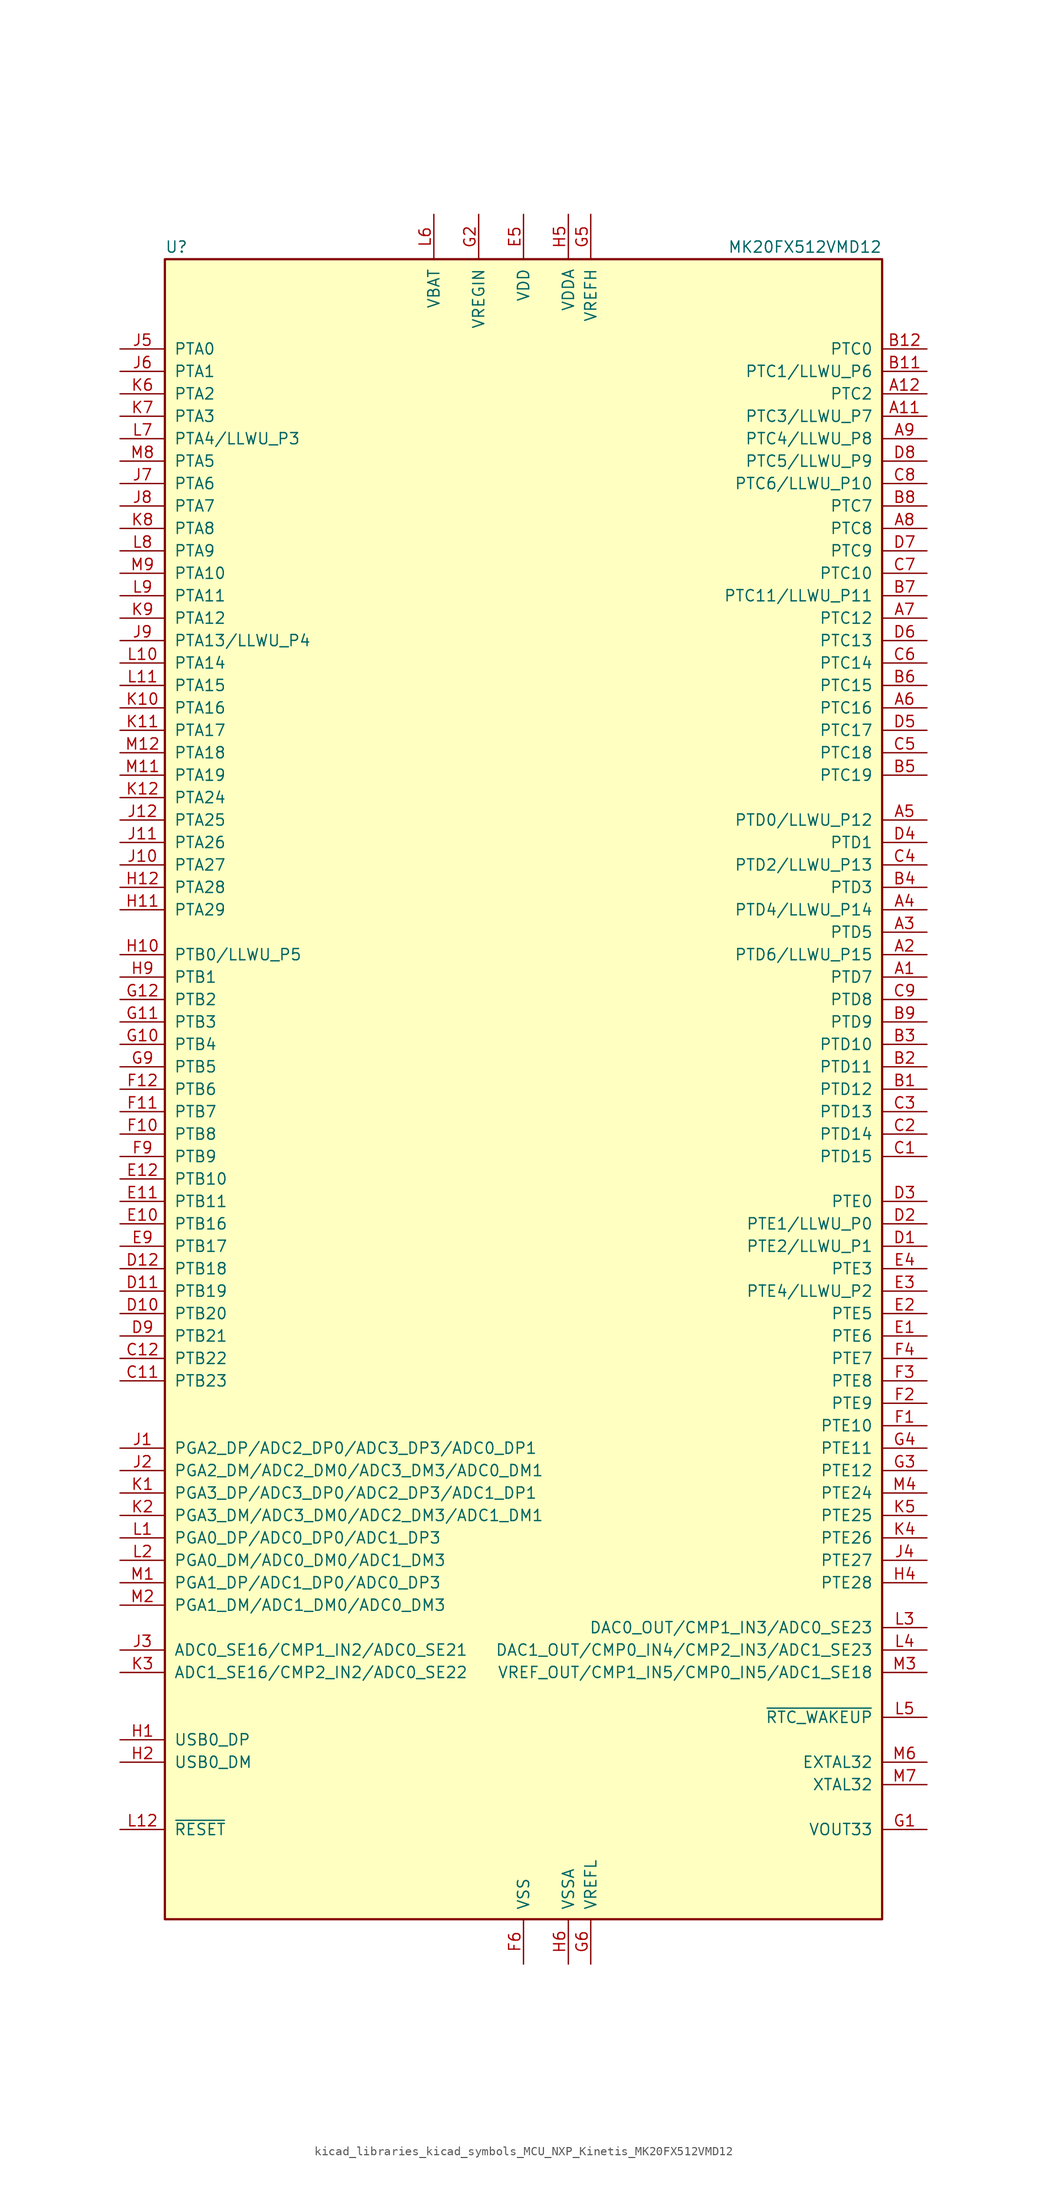
<source format=kicad_sym>
(kicad_symbol_lib
  (version 20220914)
  (generator kicad_symbol_editor)
  (symbol "kicad_libraries_kicad_symbols_MCU_NXP_Kinetis_MK20FX512VMD12"
    (pin_names
      (offset 1.016))
    (property "Reference" "U"
      (at -40.64 94.615 0)
      (effects (font (size 1.27 1.27)) (justify left bottom)))
    (property "Value" "MK20FX512VMD12"
      (at 40.64 94.615 0)
      (effects (font (size 1.27 1.27)) (justify right bottom)))
    (symbol "kicad_libraries_kicad_symbols_MCU_NXP_Kinetis_MK20FX512VMD12_0_1"
      (rectangle (start -40.64 93.98) (end 40.64 -93.98) (stroke (width 0.254) (type default)) (fill (type background))))
    (symbol "kicad_libraries_kicad_symbols_MCU_NXP_Kinetis_MK20FX512VMD12_1_1"
      (pin bidirectional line (at 45.72 12.7 180) (length 5.08) (name "PTD7" (effects (font (size 1.27 1.27)))) (number "A1" (effects (font (size 1.27 1.27)))))
      (pin no_connect line (at -12.7 -93.98 90) (length 5.08) hide (name "NC" (effects (font (size 1.27 1.27)))) (number "A10" (effects (font (size 1.27 1.27)))))
      (pin bidirectional line (at 45.72 76.2 180) (length 5.08) (name "PTC3/LLWU_P7" (effects (font (size 1.27 1.27)))) (number "A11" (effects (font (size 1.27 1.27)))))
      (pin bidirectional line (at 45.72 78.74 180) (length 5.08) (name "PTC2" (effects (font (size 1.27 1.27)))) (number "A12" (effects (font (size 1.27 1.27)))))
      (pin bidirectional line (at 45.72 15.24 180) (length 5.08) (name "PTD6/LLWU_P15" (effects (font (size 1.27 1.27)))) (number "A2" (effects (font (size 1.27 1.27)))))
      (pin bidirectional line (at 45.72 17.78 180) (length 5.08) (name "PTD5" (effects (font (size 1.27 1.27)))) (number "A3" (effects (font (size 1.27 1.27)))))
      (pin bidirectional line (at 45.72 20.32 180) (length 5.08) (name "PTD4/LLWU_P14" (effects (font (size 1.27 1.27)))) (number "A4" (effects (font (size 1.27 1.27)))))
      (pin bidirectional line (at 45.72 30.48 180) (length 5.08) (name "PTD0/LLWU_P12" (effects (font (size 1.27 1.27)))) (number "A5" (effects (font (size 1.27 1.27)))))
      (pin bidirectional line (at 45.72 43.18 180) (length 5.08) (name "PTC16" (effects (font (size 1.27 1.27)))) (number "A6" (effects (font (size 1.27 1.27)))))
      (pin bidirectional line (at 45.72 53.34 180) (length 5.08) (name "PTC12" (effects (font (size 1.27 1.27)))) (number "A7" (effects (font (size 1.27 1.27)))))
      (pin bidirectional line (at 45.72 63.5 180) (length 5.08) (name "PTC8" (effects (font (size 1.27 1.27)))) (number "A8" (effects (font (size 1.27 1.27)))))
      (pin bidirectional line (at 45.72 73.66 180) (length 5.08) (name "PTC4/LLWU_P8" (effects (font (size 1.27 1.27)))) (number "A9" (effects (font (size 1.27 1.27)))))
      (pin bidirectional line (at 45.72 0 180) (length 5.08) (name "PTD12" (effects (font (size 1.27 1.27)))) (number "B1" (effects (font (size 1.27 1.27)))))
      (pin no_connect line (at -10.16 -93.98 90) (length 5.08) hide (name "NC" (effects (font (size 1.27 1.27)))) (number "B10" (effects (font (size 1.27 1.27)))))
      (pin bidirectional line (at 45.72 81.28 180) (length 5.08) (name "PTC1/LLWU_P6" (effects (font (size 1.27 1.27)))) (number "B11" (effects (font (size 1.27 1.27)))))
      (pin bidirectional line (at 45.72 83.82 180) (length 5.08) (name "PTC0" (effects (font (size 1.27 1.27)))) (number "B12" (effects (font (size 1.27 1.27)))))
      (pin bidirectional line (at 45.72 2.54 180) (length 5.08) (name "PTD11" (effects (font (size 1.27 1.27)))) (number "B2" (effects (font (size 1.27 1.27)))))
      (pin bidirectional line (at 45.72 5.08 180) (length 5.08) (name "PTD10" (effects (font (size 1.27 1.27)))) (number "B3" (effects (font (size 1.27 1.27)))))
      (pin bidirectional line (at 45.72 22.86 180) (length 5.08) (name "PTD3" (effects (font (size 1.27 1.27)))) (number "B4" (effects (font (size 1.27 1.27)))))
      (pin bidirectional line (at 45.72 35.56 180) (length 5.08) (name "PTC19" (effects (font (size 1.27 1.27)))) (number "B5" (effects (font (size 1.27 1.27)))))
      (pin bidirectional line (at 45.72 45.72 180) (length 5.08) (name "PTC15" (effects (font (size 1.27 1.27)))) (number "B6" (effects (font (size 1.27 1.27)))))
      (pin bidirectional line (at 45.72 55.88 180) (length 5.08) (name "PTC11/LLWU_P11" (effects (font (size 1.27 1.27)))) (number "B7" (effects (font (size 1.27 1.27)))))
      (pin bidirectional line (at 45.72 66.04 180) (length 5.08) (name "PTC7" (effects (font (size 1.27 1.27)))) (number "B8" (effects (font (size 1.27 1.27)))))
      (pin bidirectional line (at 45.72 7.62 180) (length 5.08) (name "PTD9" (effects (font (size 1.27 1.27)))) (number "B9" (effects (font (size 1.27 1.27)))))
      (pin bidirectional line (at 45.72 -7.62 180) (length 5.08) (name "PTD15" (effects (font (size 1.27 1.27)))) (number "C1" (effects (font (size 1.27 1.27)))))
      (pin no_connect line (at -7.62 -93.98 90) (length 5.08) hide (name "NC" (effects (font (size 1.27 1.27)))) (number "C10" (effects (font (size 1.27 1.27)))))
      (pin bidirectional line (at -45.72 -33.02 0) (length 5.08) (name "PTB23" (effects (font (size 1.27 1.27)))) (number "C11" (effects (font (size 1.27 1.27)))))
      (pin bidirectional line (at -45.72 -30.48 0) (length 5.08) (name "PTB22" (effects (font (size 1.27 1.27)))) (number "C12" (effects (font (size 1.27 1.27)))))
      (pin bidirectional line (at 45.72 -5.08 180) (length 5.08) (name "PTD14" (effects (font (size 1.27 1.27)))) (number "C2" (effects (font (size 1.27 1.27)))))
      (pin bidirectional line (at 45.72 -2.54 180) (length 5.08) (name "PTD13" (effects (font (size 1.27 1.27)))) (number "C3" (effects (font (size 1.27 1.27)))))
      (pin bidirectional line (at 45.72 25.4 180) (length 5.08) (name "PTD2/LLWU_P13" (effects (font (size 1.27 1.27)))) (number "C4" (effects (font (size 1.27 1.27)))))
      (pin bidirectional line (at 45.72 38.1 180) (length 5.08) (name "PTC18" (effects (font (size 1.27 1.27)))) (number "C5" (effects (font (size 1.27 1.27)))))
      (pin bidirectional line (at 45.72 48.26 180) (length 5.08) (name "PTC14" (effects (font (size 1.27 1.27)))) (number "C6" (effects (font (size 1.27 1.27)))))
      (pin bidirectional line (at 45.72 58.42 180) (length 5.08) (name "PTC10" (effects (font (size 1.27 1.27)))) (number "C7" (effects (font (size 1.27 1.27)))))
      (pin bidirectional line (at 45.72 68.58 180) (length 5.08) (name "PTC6/LLWU_P10" (effects (font (size 1.27 1.27)))) (number "C8" (effects (font (size 1.27 1.27)))))
      (pin bidirectional line (at 45.72 10.16 180) (length 5.08) (name "PTD8" (effects (font (size 1.27 1.27)))) (number "C9" (effects (font (size 1.27 1.27)))))
      (pin bidirectional line (at 45.72 -17.78 180) (length 5.08) (name "PTE2/LLWU_P1" (effects (font (size 1.27 1.27)))) (number "D1" (effects (font (size 1.27 1.27)))))
      (pin bidirectional line (at -45.72 -25.4 0) (length 5.08) (name "PTB20" (effects (font (size 1.27 1.27)))) (number "D10" (effects (font (size 1.27 1.27)))))
      (pin bidirectional line (at -45.72 -22.86 0) (length 5.08) (name "PTB19" (effects (font (size 1.27 1.27)))) (number "D11" (effects (font (size 1.27 1.27)))))
      (pin bidirectional line (at -45.72 -20.32 0) (length 5.08) (name "PTB18" (effects (font (size 1.27 1.27)))) (number "D12" (effects (font (size 1.27 1.27)))))
      (pin bidirectional line (at 45.72 -15.24 180) (length 5.08) (name "PTE1/LLWU_P0" (effects (font (size 1.27 1.27)))) (number "D2" (effects (font (size 1.27 1.27)))))
      (pin bidirectional line (at 45.72 -12.7 180) (length 5.08) (name "PTE0" (effects (font (size 1.27 1.27)))) (number "D3" (effects (font (size 1.27 1.27)))))
      (pin bidirectional line (at 45.72 27.94 180) (length 5.08) (name "PTD1" (effects (font (size 1.27 1.27)))) (number "D4" (effects (font (size 1.27 1.27)))))
      (pin bidirectional line (at 45.72 40.64 180) (length 5.08) (name "PTC17" (effects (font (size 1.27 1.27)))) (number "D5" (effects (font (size 1.27 1.27)))))
      (pin bidirectional line (at 45.72 50.8 180) (length 5.08) (name "PTC13" (effects (font (size 1.27 1.27)))) (number "D6" (effects (font (size 1.27 1.27)))))
      (pin bidirectional line (at 45.72 60.96 180) (length 5.08) (name "PTC9" (effects (font (size 1.27 1.27)))) (number "D7" (effects (font (size 1.27 1.27)))))
      (pin bidirectional line (at 45.72 71.12 180) (length 5.08) (name "PTC5/LLWU_P9" (effects (font (size 1.27 1.27)))) (number "D8" (effects (font (size 1.27 1.27)))))
      (pin bidirectional line (at -45.72 -27.94 0) (length 5.08) (name "PTB21" (effects (font (size 1.27 1.27)))) (number "D9" (effects (font (size 1.27 1.27)))))
      (pin bidirectional line (at 45.72 -27.94 180) (length 5.08) (name "PTE6" (effects (font (size 1.27 1.27)))) (number "E1" (effects (font (size 1.27 1.27)))))
      (pin bidirectional line (at -45.72 -15.24 0) (length 5.08) (name "PTB16" (effects (font (size 1.27 1.27)))) (number "E10" (effects (font (size 1.27 1.27)))))
      (pin bidirectional line (at -45.72 -12.7 0) (length 5.08) (name "PTB11" (effects (font (size 1.27 1.27)))) (number "E11" (effects (font (size 1.27 1.27)))))
      (pin bidirectional line (at -45.72 -10.16 0) (length 5.08) (name "PTB10" (effects (font (size 1.27 1.27)))) (number "E12" (effects (font (size 1.27 1.27)))))
      (pin bidirectional line (at 45.72 -25.4 180) (length 5.08) (name "PTE5" (effects (font (size 1.27 1.27)))) (number "E2" (effects (font (size 1.27 1.27)))))
      (pin bidirectional line (at 45.72 -22.86 180) (length 5.08) (name "PTE4/LLWU_P2" (effects (font (size 1.27 1.27)))) (number "E3" (effects (font (size 1.27 1.27)))))
      (pin bidirectional line (at 45.72 -20.32 180) (length 5.08) (name "PTE3" (effects (font (size 1.27 1.27)))) (number "E4" (effects (font (size 1.27 1.27)))))
      (pin power_in line (at 0 99.06 270) (length 5.08) (name "VDD" (effects (font (size 1.27 1.27)))) (number "E5" (effects (font (size 1.27 1.27)))))
      (pin passive line (at 0 99.06 270) (length 5.08) hide (name "VDD" (effects (font (size 1.27 1.27)))) (number "E6" (effects (font (size 1.27 1.27)))))
      (pin passive line (at 0 99.06 270) (length 5.08) hide (name "VDD" (effects (font (size 1.27 1.27)))) (number "E7" (effects (font (size 1.27 1.27)))))
      (pin passive line (at 0 99.06 270) (length 5.08) hide (name "VDD" (effects (font (size 1.27 1.27)))) (number "E8" (effects (font (size 1.27 1.27)))))
      (pin bidirectional line (at -45.72 -17.78 0) (length 5.08) (name "PTB17" (effects (font (size 1.27 1.27)))) (number "E9" (effects (font (size 1.27 1.27)))))
      (pin bidirectional line (at 45.72 -38.1 180) (length 5.08) (name "PTE10" (effects (font (size 1.27 1.27)))) (number "F1" (effects (font (size 1.27 1.27)))))
      (pin bidirectional line (at -45.72 -5.08 0) (length 5.08) (name "PTB8" (effects (font (size 1.27 1.27)))) (number "F10" (effects (font (size 1.27 1.27)))))
      (pin bidirectional line (at -45.72 -2.54 0) (length 5.08) (name "PTB7" (effects (font (size 1.27 1.27)))) (number "F11" (effects (font (size 1.27 1.27)))))
      (pin bidirectional line (at -45.72 0 0) (length 5.08) (name "PTB6" (effects (font (size 1.27 1.27)))) (number "F12" (effects (font (size 1.27 1.27)))))
      (pin bidirectional line (at 45.72 -35.56 180) (length 5.08) (name "PTE9" (effects (font (size 1.27 1.27)))) (number "F2" (effects (font (size 1.27 1.27)))))
      (pin bidirectional line (at 45.72 -33.02 180) (length 5.08) (name "PTE8" (effects (font (size 1.27 1.27)))) (number "F3" (effects (font (size 1.27 1.27)))))
      (pin bidirectional line (at 45.72 -30.48 180) (length 5.08) (name "PTE7" (effects (font (size 1.27 1.27)))) (number "F4" (effects (font (size 1.27 1.27)))))
      (pin passive line (at 0 99.06 270) (length 5.08) hide (name "VDD" (effects (font (size 1.27 1.27)))) (number "F5" (effects (font (size 1.27 1.27)))))
      (pin power_in line (at 0 -99.06 90) (length 5.08) (name "VSS" (effects (font (size 1.27 1.27)))) (number "F6" (effects (font (size 1.27 1.27)))))
      (pin passive line (at 0 -99.06 90) (length 5.08) hide (name "VSS" (effects (font (size 1.27 1.27)))) (number "F7" (effects (font (size 1.27 1.27)))))
      (pin passive line (at 0 99.06 270) (length 5.08) hide (name "VDD" (effects (font (size 1.27 1.27)))) (number "F8" (effects (font (size 1.27 1.27)))))
      (pin bidirectional line (at -45.72 -7.62 0) (length 5.08) (name "PTB9" (effects (font (size 1.27 1.27)))) (number "F9" (effects (font (size 1.27 1.27)))))
      (pin power_out line (at 45.72 -83.82 180) (length 5.08) (name "VOUT33" (effects (font (size 1.27 1.27)))) (number "G1" (effects (font (size 1.27 1.27)))))
      (pin bidirectional line (at -45.72 5.08 0) (length 5.08) (name "PTB4" (effects (font (size 1.27 1.27)))) (number "G10" (effects (font (size 1.27 1.27)))))
      (pin bidirectional line (at -45.72 7.62 0) (length 5.08) (name "PTB3" (effects (font (size 1.27 1.27)))) (number "G11" (effects (font (size 1.27 1.27)))))
      (pin bidirectional line (at -45.72 10.16 0) (length 5.08) (name "PTB2" (effects (font (size 1.27 1.27)))) (number "G12" (effects (font (size 1.27 1.27)))))
      (pin power_in line (at -5.08 99.06 270) (length 5.08) (name "VREGIN" (effects (font (size 1.27 1.27)))) (number "G2" (effects (font (size 1.27 1.27)))))
      (pin bidirectional line (at 45.72 -43.18 180) (length 5.08) (name "PTE12" (effects (font (size 1.27 1.27)))) (number "G3" (effects (font (size 1.27 1.27)))))
      (pin bidirectional line (at 45.72 -40.64 180) (length 5.08) (name "PTE11" (effects (font (size 1.27 1.27)))) (number "G4" (effects (font (size 1.27 1.27)))))
      (pin power_in line (at 7.62 99.06 270) (length 5.08) (name "VREFH" (effects (font (size 1.27 1.27)))) (number "G5" (effects (font (size 1.27 1.27)))))
      (pin power_in line (at 7.62 -99.06 90) (length 5.08) (name "VREFL" (effects (font (size 1.27 1.27)))) (number "G6" (effects (font (size 1.27 1.27)))))
      (pin passive line (at 0 -99.06 90) (length 5.08) hide (name "VSS" (effects (font (size 1.27 1.27)))) (number "G7" (effects (font (size 1.27 1.27)))))
      (pin passive line (at 0 -99.06 90) (length 5.08) hide (name "VSS" (effects (font (size 1.27 1.27)))) (number "G8" (effects (font (size 1.27 1.27)))))
      (pin bidirectional line (at -45.72 2.54 0) (length 5.08) (name "PTB5" (effects (font (size 1.27 1.27)))) (number "G9" (effects (font (size 1.27 1.27)))))
      (pin bidirectional line (at -45.72 -73.66 0) (length 5.08) (name "USB0_DP" (effects (font (size 1.27 1.27)))) (number "H1" (effects (font (size 1.27 1.27)))))
      (pin bidirectional line (at -45.72 15.24 0) (length 5.08) (name "PTB0/LLWU_P5" (effects (font (size 1.27 1.27)))) (number "H10" (effects (font (size 1.27 1.27)))))
      (pin bidirectional line (at -45.72 20.32 0) (length 5.08) (name "PTA29" (effects (font (size 1.27 1.27)))) (number "H11" (effects (font (size 1.27 1.27)))))
      (pin bidirectional line (at -45.72 22.86 0) (length 5.08) (name "PTA28" (effects (font (size 1.27 1.27)))) (number "H12" (effects (font (size 1.27 1.27)))))
      (pin bidirectional line (at -45.72 -76.2 0) (length 5.08) (name "USB0_DM" (effects (font (size 1.27 1.27)))) (number "H2" (effects (font (size 1.27 1.27)))))
      (pin passive line (at 0 -99.06 90) (length 5.08) hide (name "VSS" (effects (font (size 1.27 1.27)))) (number "H3" (effects (font (size 1.27 1.27)))))
      (pin bidirectional line (at 45.72 -55.88 180) (length 5.08) (name "PTE28" (effects (font (size 1.27 1.27)))) (number "H4" (effects (font (size 1.27 1.27)))))
      (pin power_in line (at 5.08 99.06 270) (length 5.08) (name "VDDA" (effects (font (size 1.27 1.27)))) (number "H5" (effects (font (size 1.27 1.27)))))
      (pin power_in line (at 5.08 -99.06 90) (length 5.08) (name "VSSA" (effects (font (size 1.27 1.27)))) (number "H6" (effects (font (size 1.27 1.27)))))
      (pin passive line (at 0 -99.06 90) (length 5.08) hide (name "VSS" (effects (font (size 1.27 1.27)))) (number "H7" (effects (font (size 1.27 1.27)))))
      (pin passive line (at 0 -99.06 90) (length 5.08) hide (name "VSS" (effects (font (size 1.27 1.27)))) (number "H8" (effects (font (size 1.27 1.27)))))
      (pin bidirectional line (at -45.72 12.7 0) (length 5.08) (name "PTB1" (effects (font (size 1.27 1.27)))) (number "H9" (effects (font (size 1.27 1.27)))))
      (pin input line (at -45.72 -40.64 0) (length 5.08) (name "PGA2_DP/ADC2_DP0/ADC3_DP3/ADC0_DP1" (effects (font (size 1.27 1.27)))) (number "J1" (effects (font (size 1.27 1.27)))))
      (pin bidirectional line (at -45.72 25.4 0) (length 5.08) (name "PTA27" (effects (font (size 1.27 1.27)))) (number "J10" (effects (font (size 1.27 1.27)))))
      (pin bidirectional line (at -45.72 27.94 0) (length 5.08) (name "PTA26" (effects (font (size 1.27 1.27)))) (number "J11" (effects (font (size 1.27 1.27)))))
      (pin bidirectional line (at -45.72 30.48 0) (length 5.08) (name "PTA25" (effects (font (size 1.27 1.27)))) (number "J12" (effects (font (size 1.27 1.27)))))
      (pin input line (at -45.72 -43.18 0) (length 5.08) (name "PGA2_DM/ADC2_DM0/ADC3_DM3/ADC0_DM1" (effects (font (size 1.27 1.27)))) (number "J2" (effects (font (size 1.27 1.27)))))
      (pin input line (at -45.72 -63.5 0) (length 5.08) (name "ADC0_SE16/CMP1_IN2/ADC0_SE21" (effects (font (size 1.27 1.27)))) (number "J3" (effects (font (size 1.27 1.27)))))
      (pin bidirectional line (at 45.72 -53.34 180) (length 5.08) (name "PTE27" (effects (font (size 1.27 1.27)))) (number "J4" (effects (font (size 1.27 1.27)))))
      (pin bidirectional line (at -45.72 83.82 0) (length 5.08) (name "PTA0" (effects (font (size 1.27 1.27)))) (number "J5" (effects (font (size 1.27 1.27)))))
      (pin bidirectional line (at -45.72 81.28 0) (length 5.08) (name "PTA1" (effects (font (size 1.27 1.27)))) (number "J6" (effects (font (size 1.27 1.27)))))
      (pin bidirectional line (at -45.72 68.58 0) (length 5.08) (name "PTA6" (effects (font (size 1.27 1.27)))) (number "J7" (effects (font (size 1.27 1.27)))))
      (pin bidirectional line (at -45.72 66.04 0) (length 5.08) (name "PTA7" (effects (font (size 1.27 1.27)))) (number "J8" (effects (font (size 1.27 1.27)))))
      (pin bidirectional line (at -45.72 50.8 0) (length 5.08) (name "PTA13/LLWU_P4" (effects (font (size 1.27 1.27)))) (number "J9" (effects (font (size 1.27 1.27)))))
      (pin input line (at -45.72 -45.72 0) (length 5.08) (name "PGA3_DP/ADC3_DP0/ADC2_DP3/ADC1_DP1" (effects (font (size 1.27 1.27)))) (number "K1" (effects (font (size 1.27 1.27)))))
      (pin bidirectional line (at -45.72 43.18 0) (length 5.08) (name "PTA16" (effects (font (size 1.27 1.27)))) (number "K10" (effects (font (size 1.27 1.27)))))
      (pin bidirectional line (at -45.72 40.64 0) (length 5.08) (name "PTA17" (effects (font (size 1.27 1.27)))) (number "K11" (effects (font (size 1.27 1.27)))))
      (pin bidirectional line (at -45.72 33.02 0) (length 5.08) (name "PTA24" (effects (font (size 1.27 1.27)))) (number "K12" (effects (font (size 1.27 1.27)))))
      (pin input line (at -45.72 -48.26 0) (length 5.08) (name "PGA3_DM/ADC3_DM0/ADC2_DM3/ADC1_DM1" (effects (font (size 1.27 1.27)))) (number "K2" (effects (font (size 1.27 1.27)))))
      (pin input line (at -45.72 -66.04 0) (length 5.08) (name "ADC1_SE16/CMP2_IN2/ADC0_SE22" (effects (font (size 1.27 1.27)))) (number "K3" (effects (font (size 1.27 1.27)))))
      (pin bidirectional line (at 45.72 -50.8 180) (length 5.08) (name "PTE26" (effects (font (size 1.27 1.27)))) (number "K4" (effects (font (size 1.27 1.27)))))
      (pin bidirectional line (at 45.72 -48.26 180) (length 5.08) (name "PTE25" (effects (font (size 1.27 1.27)))) (number "K5" (effects (font (size 1.27 1.27)))))
      (pin bidirectional line (at -45.72 78.74 0) (length 5.08) (name "PTA2" (effects (font (size 1.27 1.27)))) (number "K6" (effects (font (size 1.27 1.27)))))
      (pin bidirectional line (at -45.72 76.2 0) (length 5.08) (name "PTA3" (effects (font (size 1.27 1.27)))) (number "K7" (effects (font (size 1.27 1.27)))))
      (pin bidirectional line (at -45.72 63.5 0) (length 5.08) (name "PTA8" (effects (font (size 1.27 1.27)))) (number "K8" (effects (font (size 1.27 1.27)))))
      (pin bidirectional line (at -45.72 53.34 0) (length 5.08) (name "PTA12" (effects (font (size 1.27 1.27)))) (number "K9" (effects (font (size 1.27 1.27)))))
      (pin input line (at -45.72 -50.8 0) (length 5.08) (name "PGA0_DP/ADC0_DP0/ADC1_DP3" (effects (font (size 1.27 1.27)))) (number "L1" (effects (font (size 1.27 1.27)))))
      (pin bidirectional line (at -45.72 48.26 0) (length 5.08) (name "PTA14" (effects (font (size 1.27 1.27)))) (number "L10" (effects (font (size 1.27 1.27)))))
      (pin bidirectional line (at -45.72 45.72 0) (length 5.08) (name "PTA15" (effects (font (size 1.27 1.27)))) (number "L11" (effects (font (size 1.27 1.27)))))
      (pin bidirectional line (at -45.72 -83.82 0) (length 5.08) (name "~{RESET}" (effects (font (size 1.27 1.27)))) (number "L12" (effects (font (size 1.27 1.27)))))
      (pin input line (at -45.72 -53.34 0) (length 5.08) (name "PGA0_DM/ADC0_DM0/ADC1_DM3" (effects (font (size 1.27 1.27)))) (number "L2" (effects (font (size 1.27 1.27)))))
      (pin bidirectional line (at 45.72 -60.96 180) (length 5.08) (name "DAC0_OUT/CMP1_IN3/ADC0_SE23" (effects (font (size 1.27 1.27)))) (number "L3" (effects (font (size 1.27 1.27)))))
      (pin bidirectional line (at 45.72 -63.5 180) (length 5.08) (name "DAC1_OUT/CMP0_IN4/CMP2_IN3/ADC1_SE23" (effects (font (size 1.27 1.27)))) (number "L4" (effects (font (size 1.27 1.27)))))
      (pin output line (at 45.72 -71.12 180) (length 5.08) (name "~{RTC_WAKEUP}" (effects (font (size 1.27 1.27)))) (number "L5" (effects (font (size 1.27 1.27)))))
      (pin power_in line (at -10.16 99.06 270) (length 5.08) (name "VBAT" (effects (font (size 1.27 1.27)))) (number "L6" (effects (font (size 1.27 1.27)))))
      (pin bidirectional line (at -45.72 73.66 0) (length 5.08) (name "PTA4/LLWU_P3" (effects (font (size 1.27 1.27)))) (number "L7" (effects (font (size 1.27 1.27)))))
      (pin bidirectional line (at -45.72 60.96 0) (length 5.08) (name "PTA9" (effects (font (size 1.27 1.27)))) (number "L8" (effects (font (size 1.27 1.27)))))
      (pin bidirectional line (at -45.72 55.88 0) (length 5.08) (name "PTA11" (effects (font (size 1.27 1.27)))) (number "L9" (effects (font (size 1.27 1.27)))))
      (pin input line (at -45.72 -55.88 0) (length 5.08) (name "PGA1_DP/ADC1_DP0/ADC0_DP3" (effects (font (size 1.27 1.27)))) (number "M1" (effects (font (size 1.27 1.27)))))
      (pin passive line (at 0 -99.06 90) (length 5.08) hide (name "VSS" (effects (font (size 1.27 1.27)))) (number "M10" (effects (font (size 1.27 1.27)))))
      (pin bidirectional line (at -45.72 35.56 0) (length 5.08) (name "PTA19" (effects (font (size 1.27 1.27)))) (number "M11" (effects (font (size 1.27 1.27)))))
      (pin bidirectional line (at -45.72 38.1 0) (length 5.08) (name "PTA18" (effects (font (size 1.27 1.27)))) (number "M12" (effects (font (size 1.27 1.27)))))
      (pin input line (at -45.72 -58.42 0) (length 5.08) (name "PGA1_DM/ADC1_DM0/ADC0_DM3" (effects (font (size 1.27 1.27)))) (number "M2" (effects (font (size 1.27 1.27)))))
      (pin bidirectional line (at 45.72 -66.04 180) (length 5.08) (name "VREF_OUT/CMP1_IN5/CMP0_IN5/ADC1_SE18" (effects (font (size 1.27 1.27)))) (number "M3" (effects (font (size 1.27 1.27)))))
      (pin bidirectional line (at 45.72 -45.72 180) (length 5.08) (name "PTE24" (effects (font (size 1.27 1.27)))) (number "M4" (effects (font (size 1.27 1.27)))))
      (pin no_connect line (at -5.08 -93.98 90) (length 5.08) hide (name "NC" (effects (font (size 1.27 1.27)))) (number "M5" (effects (font (size 1.27 1.27)))))
      (pin input line (at 45.72 -76.2 180) (length 5.08) (name "EXTAL32" (effects (font (size 1.27 1.27)))) (number "M6" (effects (font (size 1.27 1.27)))))
      (pin output line (at 45.72 -78.74 180) (length 5.08) (name "XTAL32" (effects (font (size 1.27 1.27)))) (number "M7" (effects (font (size 1.27 1.27)))))
      (pin bidirectional line (at -45.72 71.12 0) (length 5.08) (name "PTA5" (effects (font (size 1.27 1.27)))) (number "M8" (effects (font (size 1.27 1.27)))))
      (pin bidirectional line (at -45.72 58.42 0) (length 5.08) (name "PTA10" (effects (font (size 1.27 1.27)))) (number "M9" (effects (font (size 1.27 1.27))))))))
</source>
